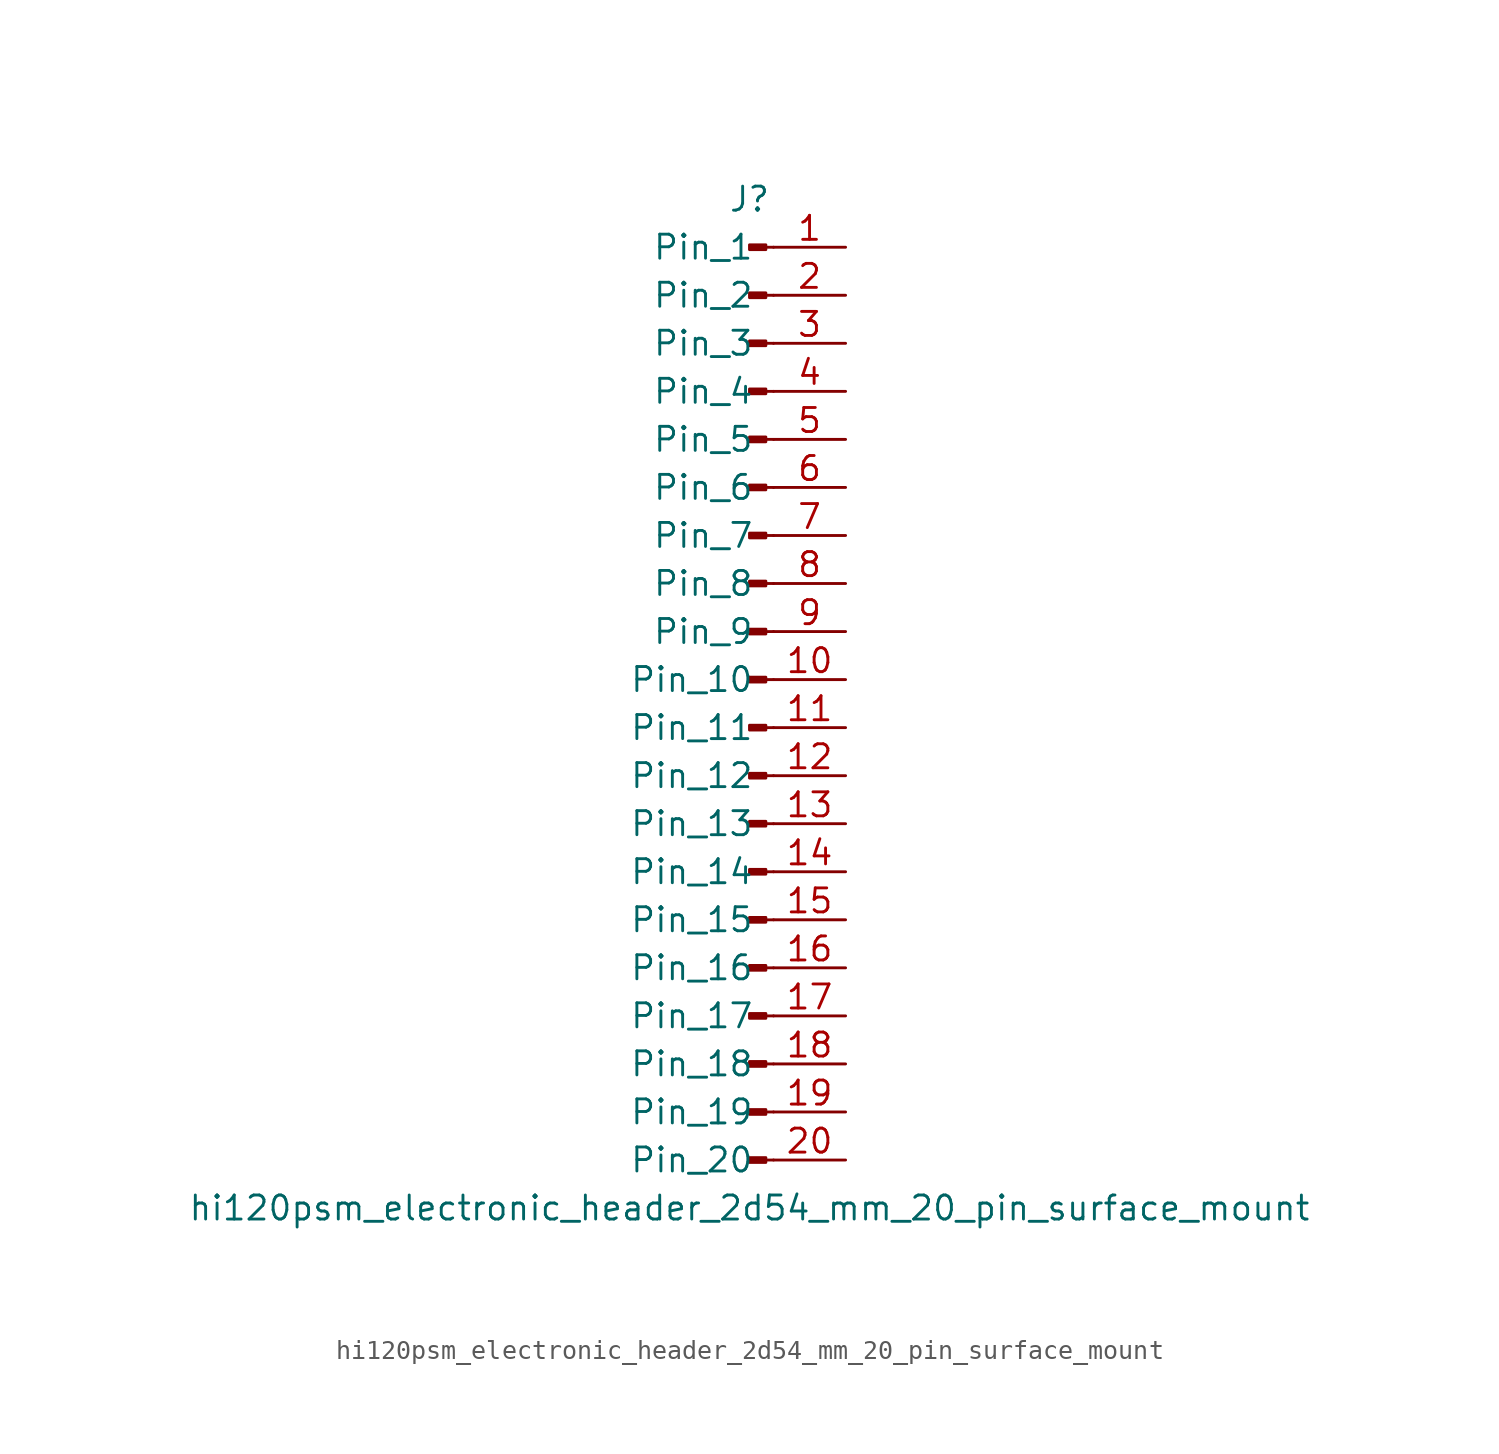
<source format=kicad_sym>
(kicad_symbol_lib
  (version 20220914)
  (generator kicad_symbol_editor)
  (symbol "hi120psm_electronic_header_2d54_mm_20_pin_surface_mount"
    (pin_names
      (offset 1.016))
    (property "Reference" "J"
      (at 0 25.4 0)
      (effects (font (size 1.27 1.27))))
    (property "Value" "hi120psm_electronic_header_2d54_mm_20_pin_surface_mount"
      (at 0 -27.94 0)
      (effects (font (size 1.27 1.27))))
    (property "ki_locked" ""
      (at 0 0 0)
      (effects (font (size 1.27 1.27))))
    (symbol "hi120psm_electronic_header_2d54_mm_20_pin_surface_mount_1_1"
      (polyline (pts (xy 1.27 -25.4) (xy 0.864 -25.4)) (stroke (width 0.152) (type default)) (fill (type none)))
      (polyline (pts (xy 1.27 -22.86) (xy 0.864 -22.86)) (stroke (width 0.152) (type default)) (fill (type none)))
      (polyline (pts (xy 1.27 -20.32) (xy 0.864 -20.32)) (stroke (width 0.152) (type default)) (fill (type none)))
      (polyline (pts (xy 1.27 -17.78) (xy 0.864 -17.78)) (stroke (width 0.152) (type default)) (fill (type none)))
      (polyline (pts (xy 1.27 -15.24) (xy 0.864 -15.24)) (stroke (width 0.152) (type default)) (fill (type none)))
      (polyline (pts (xy 1.27 -12.7) (xy 0.864 -12.7)) (stroke (width 0.152) (type default)) (fill (type none)))
      (polyline (pts (xy 1.27 -10.16) (xy 0.864 -10.16)) (stroke (width 0.152) (type default)) (fill (type none)))
      (polyline (pts (xy 1.27 -7.62) (xy 0.864 -7.62)) (stroke (width 0.152) (type default)) (fill (type none)))
      (polyline (pts (xy 1.27 -5.08) (xy 0.864 -5.08)) (stroke (width 0.152) (type default)) (fill (type none)))
      (polyline (pts (xy 1.27 -2.54) (xy 0.864 -2.54)) (stroke (width 0.152) (type default)) (fill (type none)))
      (polyline (pts (xy 1.27 0) (xy 0.864 0)) (stroke (width 0.152) (type default)) (fill (type none)))
      (polyline (pts (xy 1.27 2.54) (xy 0.864 2.54)) (stroke (width 0.152) (type default)) (fill (type none)))
      (polyline (pts (xy 1.27 5.08) (xy 0.864 5.08)) (stroke (width 0.152) (type default)) (fill (type none)))
      (polyline (pts (xy 1.27 7.62) (xy 0.864 7.62)) (stroke (width 0.152) (type default)) (fill (type none)))
      (polyline (pts (xy 1.27 10.16) (xy 0.864 10.16)) (stroke (width 0.152) (type default)) (fill (type none)))
      (polyline (pts (xy 1.27 12.7) (xy 0.864 12.7)) (stroke (width 0.152) (type default)) (fill (type none)))
      (polyline (pts (xy 1.27 15.24) (xy 0.864 15.24)) (stroke (width 0.152) (type default)) (fill (type none)))
      (polyline (pts (xy 1.27 17.78) (xy 0.864 17.78)) (stroke (width 0.152) (type default)) (fill (type none)))
      (polyline (pts (xy 1.27 20.32) (xy 0.864 20.32)) (stroke (width 0.152) (type default)) (fill (type none)))
      (polyline (pts (xy 1.27 22.86) (xy 0.864 22.86)) (stroke (width 0.152) (type default)) (fill (type none)))
      (rectangle (start 0.864 -25.273) (end 0 -25.527) (stroke (width 0.152) (type default)) (fill (type outline)))
      (rectangle (start 0.864 -22.733) (end 0 -22.987) (stroke (width 0.152) (type default)) (fill (type outline)))
      (rectangle (start 0.864 -20.193) (end 0 -20.447) (stroke (width 0.152) (type default)) (fill (type outline)))
      (rectangle (start 0.864 -17.653) (end 0 -17.907) (stroke (width 0.152) (type default)) (fill (type outline)))
      (rectangle (start 0.864 -15.113) (end 0 -15.367) (stroke (width 0.152) (type default)) (fill (type outline)))
      (rectangle (start 0.864 -12.573) (end 0 -12.827) (stroke (width 0.152) (type default)) (fill (type outline)))
      (rectangle (start 0.864 -10.033) (end 0 -10.287) (stroke (width 0.152) (type default)) (fill (type outline)))
      (rectangle (start 0.864 -7.493) (end 0 -7.747) (stroke (width 0.152) (type default)) (fill (type outline)))
      (rectangle (start 0.864 -4.953) (end 0 -5.207) (stroke (width 0.152) (type default)) (fill (type outline)))
      (rectangle (start 0.864 -2.413) (end 0 -2.667) (stroke (width 0.152) (type default)) (fill (type outline)))
      (rectangle (start 0.864 0.127) (end 0 -0.127) (stroke (width 0.152) (type default)) (fill (type outline)))
      (rectangle (start 0.864 2.667) (end 0 2.413) (stroke (width 0.152) (type default)) (fill (type outline)))
      (rectangle (start 0.864 5.207) (end 0 4.953) (stroke (width 0.152) (type default)) (fill (type outline)))
      (rectangle (start 0.864 7.747) (end 0 7.493) (stroke (width 0.152) (type default)) (fill (type outline)))
      (rectangle (start 0.864 10.287) (end 0 10.033) (stroke (width 0.152) (type default)) (fill (type outline)))
      (rectangle (start 0.864 12.827) (end 0 12.573) (stroke (width 0.152) (type default)) (fill (type outline)))
      (rectangle (start 0.864 15.367) (end 0 15.113) (stroke (width 0.152) (type default)) (fill (type outline)))
      (rectangle (start 0.864 17.907) (end 0 17.653) (stroke (width 0.152) (type default)) (fill (type outline)))
      (rectangle (start 0.864 20.447) (end 0 20.193) (stroke (width 0.152) (type default)) (fill (type outline)))
      (rectangle (start 0.864 22.987) (end 0 22.733) (stroke (width 0.152) (type default)) (fill (type outline)))
      (pin passive line (at 5.08 22.86 180) (length 3.81) (name "Pin_1" (effects (font (size 1.27 1.27)))) (number "1" (effects (font (size 1.27 1.27)))))
      (pin passive line (at 5.08 0 180) (length 3.81) (name "Pin_10" (effects (font (size 1.27 1.27)))) (number "10" (effects (font (size 1.27 1.27)))))
      (pin passive line (at 5.08 -2.54 180) (length 3.81) (name "Pin_11" (effects (font (size 1.27 1.27)))) (number "11" (effects (font (size 1.27 1.27)))))
      (pin passive line (at 5.08 -5.08 180) (length 3.81) (name "Pin_12" (effects (font (size 1.27 1.27)))) (number "12" (effects (font (size 1.27 1.27)))))
      (pin passive line (at 5.08 -7.62 180) (length 3.81) (name "Pin_13" (effects (font (size 1.27 1.27)))) (number "13" (effects (font (size 1.27 1.27)))))
      (pin passive line (at 5.08 -10.16 180) (length 3.81) (name "Pin_14" (effects (font (size 1.27 1.27)))) (number "14" (effects (font (size 1.27 1.27)))))
      (pin passive line (at 5.08 -12.7 180) (length 3.81) (name "Pin_15" (effects (font (size 1.27 1.27)))) (number "15" (effects (font (size 1.27 1.27)))))
      (pin passive line (at 5.08 -15.24 180) (length 3.81) (name "Pin_16" (effects (font (size 1.27 1.27)))) (number "16" (effects (font (size 1.27 1.27)))))
      (pin passive line (at 5.08 -17.78 180) (length 3.81) (name "Pin_17" (effects (font (size 1.27 1.27)))) (number "17" (effects (font (size 1.27 1.27)))))
      (pin passive line (at 5.08 -20.32 180) (length 3.81) (name "Pin_18" (effects (font (size 1.27 1.27)))) (number "18" (effects (font (size 1.27 1.27)))))
      (pin passive line (at 5.08 -22.86 180) (length 3.81) (name "Pin_19" (effects (font (size 1.27 1.27)))) (number "19" (effects (font (size 1.27 1.27)))))
      (pin passive line (at 5.08 20.32 180) (length 3.81) (name "Pin_2" (effects (font (size 1.27 1.27)))) (number "2" (effects (font (size 1.27 1.27)))))
      (pin passive line (at 5.08 -25.4 180) (length 3.81) (name "Pin_20" (effects (font (size 1.27 1.27)))) (number "20" (effects (font (size 1.27 1.27)))))
      (pin passive line (at 5.08 17.78 180) (length 3.81) (name "Pin_3" (effects (font (size 1.27 1.27)))) (number "3" (effects (font (size 1.27 1.27)))))
      (pin passive line (at 5.08 15.24 180) (length 3.81) (name "Pin_4" (effects (font (size 1.27 1.27)))) (number "4" (effects (font (size 1.27 1.27)))))
      (pin passive line (at 5.08 12.7 180) (length 3.81) (name "Pin_5" (effects (font (size 1.27 1.27)))) (number "5" (effects (font (size 1.27 1.27)))))
      (pin passive line (at 5.08 10.16 180) (length 3.81) (name "Pin_6" (effects (font (size 1.27 1.27)))) (number "6" (effects (font (size 1.27 1.27)))))
      (pin passive line (at 5.08 7.62 180) (length 3.81) (name "Pin_7" (effects (font (size 1.27 1.27)))) (number "7" (effects (font (size 1.27 1.27)))))
      (pin passive line (at 5.08 5.08 180) (length 3.81) (name "Pin_8" (effects (font (size 1.27 1.27)))) (number "8" (effects (font (size 1.27 1.27)))))
      (pin passive line (at 5.08 2.54 180) (length 3.81) (name "Pin_9" (effects (font (size 1.27 1.27)))) (number "9" (effects (font (size 1.27 1.27))))))))
</source>
